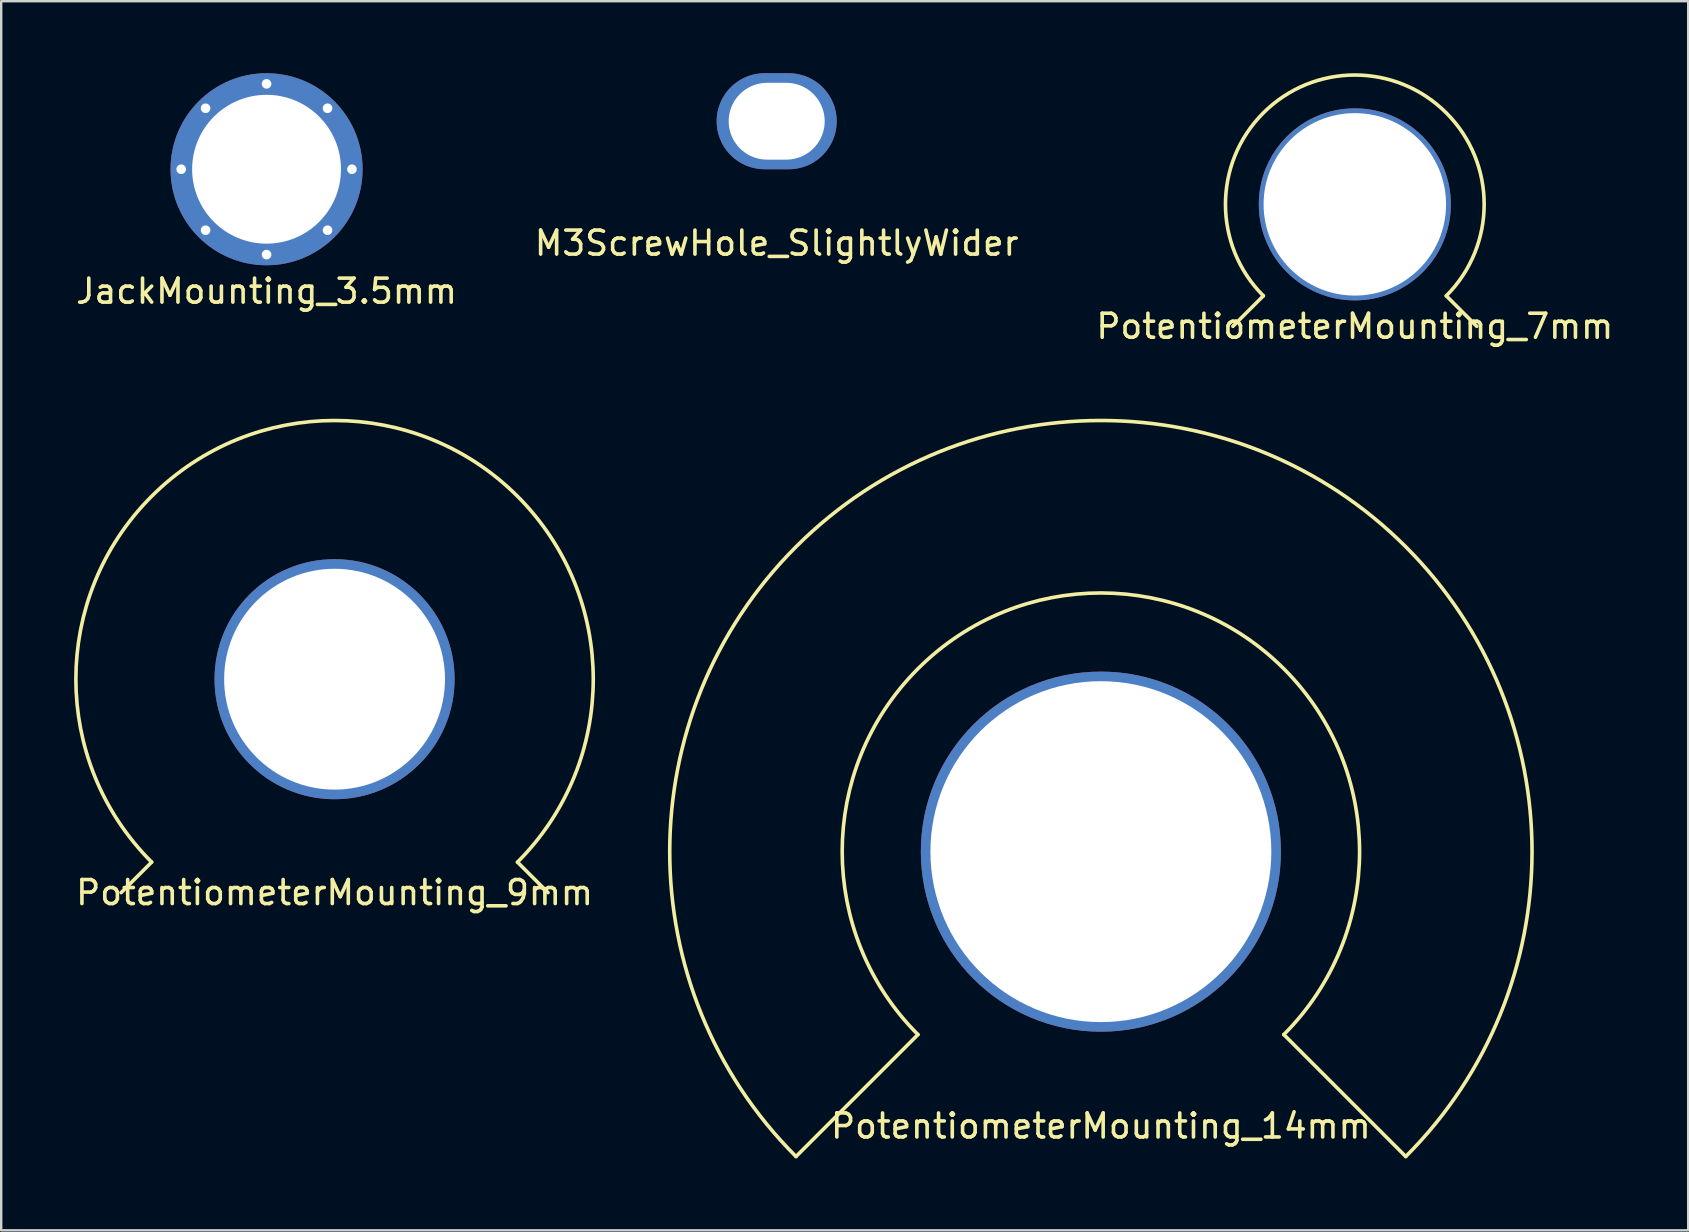
<source format=kicad_pcb>
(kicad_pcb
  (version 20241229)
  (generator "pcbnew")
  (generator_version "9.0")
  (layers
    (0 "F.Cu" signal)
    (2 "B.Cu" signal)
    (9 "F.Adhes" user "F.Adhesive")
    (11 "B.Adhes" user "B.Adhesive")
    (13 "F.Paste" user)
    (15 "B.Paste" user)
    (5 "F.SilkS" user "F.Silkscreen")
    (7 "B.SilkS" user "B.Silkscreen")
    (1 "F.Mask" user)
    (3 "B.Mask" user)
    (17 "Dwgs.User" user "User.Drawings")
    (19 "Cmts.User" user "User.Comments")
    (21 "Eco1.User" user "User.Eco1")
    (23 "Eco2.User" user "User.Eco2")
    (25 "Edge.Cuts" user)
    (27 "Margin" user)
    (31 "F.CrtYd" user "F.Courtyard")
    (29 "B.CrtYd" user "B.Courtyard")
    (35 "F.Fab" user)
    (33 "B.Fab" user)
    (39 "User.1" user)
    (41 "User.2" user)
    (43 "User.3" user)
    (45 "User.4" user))
  (footprint "JackMounting_3.5mm"
    (layer "F.Cu")
    (at 8.054 4)
    (property "Reference" "JackMounting_3.5mm" (at 0 5.08 0) (layer "F.SilkS") (effects (font (size 1 1) (thickness 0.15))))
    (attr through_hole)
    (pad "" thru_hole circle (at -3.556 0) (size 0.6 0.6) (drill 0.4) (layers "*.Cu" "*.Mask"))
    (pad "" thru_hole circle (at -2.54 -2.54) (size 0.6 0.6) (drill 0.4) (layers "*.Cu" "*.Mask"))
    (pad "" thru_hole circle (at -2.54 2.54) (size 0.6 0.6) (drill 0.4) (layers "*.Cu" "*.Mask"))
    (pad "" thru_hole circle (at 0 -3.556) (size 0.6 0.6) (drill 0.4) (layers "*.Cu" "*.Mask"))
    (pad "" thru_hole circle (at 0 3.556) (size 0.6 0.6) (drill 0.4) (layers "*.Cu" "*.Mask"))
    (pad "" thru_hole circle (at 2.54 -2.54) (size 0.6 0.6) (drill 0.4) (layers "*.Cu" "*.Mask"))
    (pad "" thru_hole circle (at 2.54 2.54) (size 0.6 0.6) (drill 0.4) (layers "*.Cu" "*.Mask"))
    (pad "" thru_hole circle (at 3.556 0) (size 0.6 0.6) (drill 0.4) (layers "*.Cu" "*.Mask"))
    (pad "1" thru_hole circle (at 0 0) (size 8 8) (drill 6.2) (layers "*.Cu" "*.Mask")))
  (footprint "PotentiometerMounting_9mm"
    (layer "F.Cu")
    (at 10.887 25.243)
    (property "Reference" "PotentiometerMounting_9mm" (at 0 8.89 0) (layer "F.SilkS") (effects (font (size 1 1) (thickness 0.15))))
    (attr through_hole)
    (fp_line (start -7.62 7.62) (end -8.89 8.89) (stroke (width 0.15) (type solid)) (layer "F.SilkS"))
    (fp_line (start 7.62 7.62) (end 8.89 8.89) (stroke (width 0.15) (type solid)) (layer "F.SilkS"))
    (fp_arc (start -7.619999 7.619999) (mid 0 -10.776306) (end 7.619999 7.619999) (stroke (width 0.15) (type solid)) (layer "F.SilkS"))
    (pad "1" thru_hole circle (at 0 0) (size 10 10) (drill 9.2) (layers "*.Cu" "*.Mask")))
  (footprint "M3ScrewHole_SlightlyWider"
    (layer "F.Cu")
    (at 29.304 2)
    (property "Reference" "M3ScrewHole_SlightlyWider" (at 0 5.08 0) (layer "F.SilkS") (effects (font (size 1 1) (thickness 0.15))))
    (attr through_hole)
    (pad "1" thru_hole oval (at 0 0) (size 5 4) (drill oval 4 3.2) (layers "*.Cu" "*.Mask")))
  (footprint "PotentiometerMounting_7mm"
    (layer "F.Cu")
    (at 53.387 5.463)
    (property "Reference" "PotentiometerMounting_7mm" (at 0 5.08 0) (layer "F.SilkS") (effects (font (size 1 1) (thickness 0.15))))
    (attr through_hole)
    (fp_line (start -3.81 3.81) (end -5.08 5.08) (stroke (width 0.15) (type solid)) (layer "F.SilkS"))
    (fp_line (start 3.81 3.81) (end 5.08 5.08) (stroke (width 0.15) (type solid)) (layer "F.SilkS"))
    (fp_arc (start -3.81 3.81) (mid 0 -5.388154) (end 3.81 3.81) (stroke (width 0.15) (type solid)) (layer "F.SilkS"))
    (pad "1" thru_hole circle (at 0 0) (size 8 8) (drill 7.6) (layers "*.Cu" "*.Mask")))
  (footprint "PotentiometerMounting_14mm"
    (layer "F.Cu")
    (at 42.809 32.427)
    (property "Reference" "PotentiometerMounting_14mm" (at 0 11.43 0) (layer "F.SilkS") (effects (font (size 1 1) (thickness 0.15))))
    (attr through_hole)
    (fp_line (start -7.62 7.62) (end -12.7 12.7) (stroke (width 0.15) (type solid)) (layer "F.SilkS"))
    (fp_line (start 7.62 7.62) (end 12.7 12.7) (stroke (width 0.15) (type solid)) (layer "F.SilkS"))
    (fp_arc (start -12.699999 12.699999) (mid 0 -17.960511) (end 12.699999 12.699999) (stroke (width 0.15) (type solid)) (layer "F.SilkS"))
    (fp_arc (start -7.619999 7.619999) (mid 0 -10.776306) (end 7.619999 7.619999) (stroke (width 0.15) (type solid)) (layer "F.SilkS"))
    (pad "1" thru_hole circle (at 0 0) (size 15 15) (drill 14.2) (layers "*.Cu" "*.Mask")))
  (gr_rect
    (start -3 -3)
    (end 67.274 48.202)
    (stroke (width 0.1) (type default))
    (fill no)
    (layer "Edge.Cuts")))
</source>
